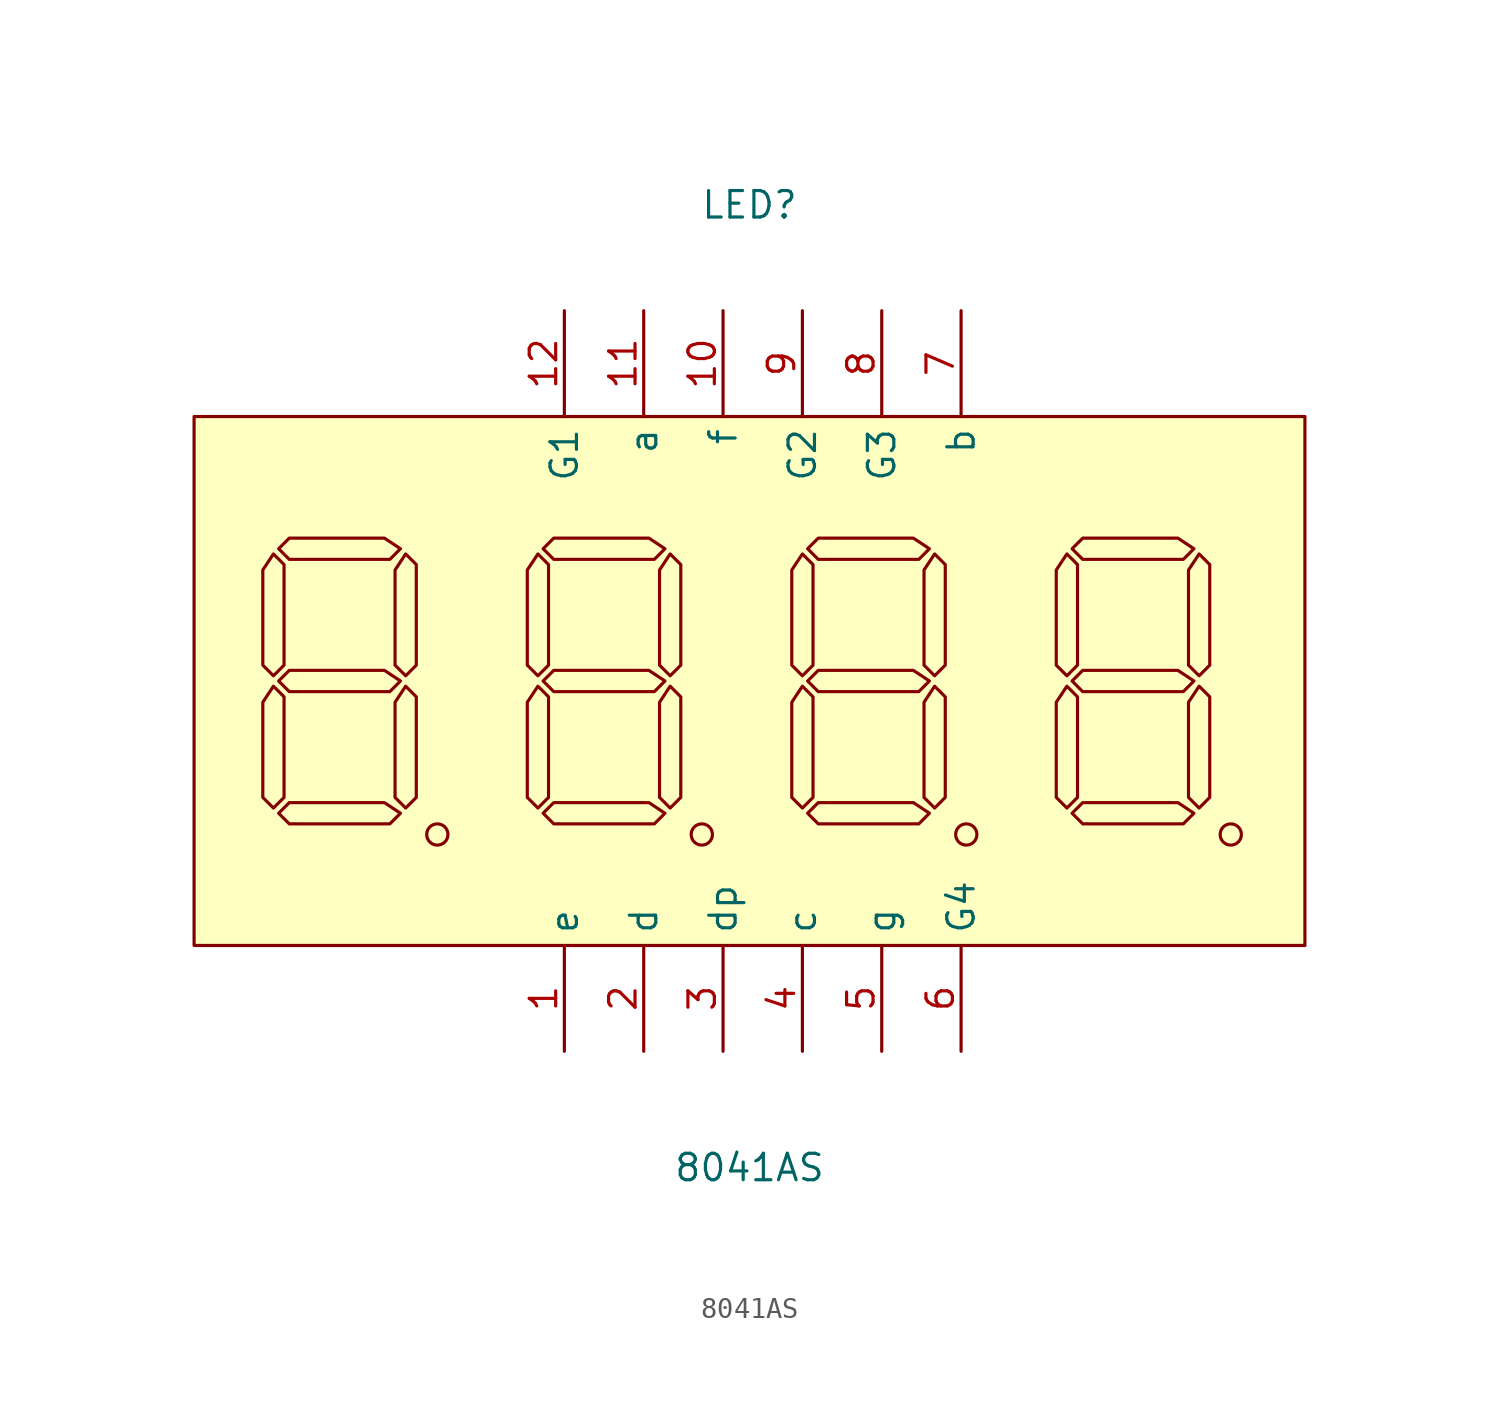
<source format=kicad_sym>
(kicad_symbol_lib
  (version 20241209)
  (generator "kicad_symbol_editor")
  (generator_version "9.0")
  (symbol "8041AS"
    (property "Reference" "LED"
      (at 0 22.86 0)
      (effects (font (size 1.27 1.27))))
    (property "Value" "8041AS"
      (at 0 -23.368 0)
      (effects (font (size 1.27 1.27))))
    (symbol "8041AS_0_1"
      (rectangle (start -26.67 12.7) (end 26.67 -12.7) (stroke (width 0) (type default)) (fill (type background)))
      (polyline (pts (xy -22.86 0.25) (xy -23.37 0.76) (xy -23.37 5.33) (xy -22.86 6.1) (xy -22.35 5.59) (xy -22.35 0.76) (xy -22.86 0.25)) (stroke (width 0) (type default)) (fill (type background)))
      (polyline (pts (xy -22.86 -6.1) (xy -23.37 -5.59) (xy -23.37 -1.02) (xy -22.86 -0.25) (xy -22.35 -0.76) (xy -22.35 -5.59) (xy -22.86 -6.1)) (stroke (width 0) (type default)) (fill (type background)))
      (polyline (pts (xy -22.61 6.35) (xy -22.1 6.86) (xy -17.53 6.86) (xy -16.76 6.35) (xy -17.27 5.84) (xy -22.1 5.84) (xy -22.61 6.35)) (stroke (width 0) (type default)) (fill (type background)))
      (polyline (pts (xy -22.61 0) (xy -22.1 0.51) (xy -17.53 0.51) (xy -16.76 0) (xy -17.27 -0.51) (xy -22.1 -0.51) (xy -22.61 0)) (stroke (width 0) (type default)) (fill (type background)))
      (polyline (pts (xy -22.61 -6.35) (xy -22.1 -5.84) (xy -17.53 -5.84) (xy -16.76 -6.35) (xy -17.27 -6.86) (xy -22.1 -6.86) (xy -22.61 -6.35)) (stroke (width 0) (type default)) (fill (type background)))
      (polyline (pts (xy -16.51 0.25) (xy -17.02 0.76) (xy -17.02 5.33) (xy -16.51 6.1) (xy -16 5.59) (xy -16 0.76) (xy -16.51 0.25)) (stroke (width 0) (type default)) (fill (type background)))
      (polyline (pts (xy -16.51 -6.1) (xy -17.02 -5.59) (xy -17.02 -1.02) (xy -16.51 -0.25) (xy -16 -0.76) (xy -16 -5.59) (xy -16.51 -6.1)) (stroke (width 0) (type default)) (fill (type background)))
      (circle (center -14.99 -7.37) (radius 0.51) (stroke (width 0) (type default)) (fill (type none)))
      (polyline (pts (xy -10.16 0.25) (xy -10.67 0.76) (xy -10.67 5.33) (xy -10.16 6.1) (xy -9.65 5.59) (xy -9.65 0.76) (xy -10.16 0.25)) (stroke (width 0) (type default)) (fill (type background)))
      (polyline (pts (xy -10.16 -6.1) (xy -10.67 -5.59) (xy -10.67 -1.02) (xy -10.16 -0.25) (xy -9.65 -0.76) (xy -9.65 -5.59) (xy -10.16 -6.1)) (stroke (width 0) (type default)) (fill (type background)))
      (polyline (pts (xy -9.91 6.35) (xy -9.4 6.86) (xy -4.83 6.86) (xy -4.06 6.35) (xy -4.57 5.84) (xy -9.4 5.84) (xy -9.91 6.35)) (stroke (width 0) (type default)) (fill (type background)))
      (polyline (pts (xy -9.91 0) (xy -9.4 0.51) (xy -4.83 0.51) (xy -4.06 0) (xy -4.57 -0.51) (xy -9.4 -0.51) (xy -9.91 0)) (stroke (width 0) (type default)) (fill (type background)))
      (polyline (pts (xy -9.91 -6.35) (xy -9.4 -5.84) (xy -4.83 -5.84) (xy -4.06 -6.35) (xy -4.57 -6.86) (xy -9.4 -6.86) (xy -9.91 -6.35)) (stroke (width 0) (type default)) (fill (type background)))
      (polyline (pts (xy -3.81 0.25) (xy -4.32 0.76) (xy -4.32 5.33) (xy -3.81 6.1) (xy -3.3 5.59) (xy -3.3 0.76) (xy -3.81 0.25)) (stroke (width 0) (type default)) (fill (type background)))
      (polyline (pts (xy -3.81 -6.1) (xy -4.32 -5.59) (xy -4.32 -1.02) (xy -3.81 -0.25) (xy -3.3 -0.76) (xy -3.3 -5.59) (xy -3.81 -6.1)) (stroke (width 0) (type default)) (fill (type background)))
      (circle (center -2.29 -7.37) (radius 0.51) (stroke (width 0) (type default)) (fill (type none)))
      (polyline (pts (xy 2.54 0.25) (xy 2.03 0.76) (xy 2.03 5.33) (xy 2.54 6.1) (xy 3.05 5.59) (xy 3.05 0.76) (xy 2.54 0.25)) (stroke (width 0) (type default)) (fill (type background)))
      (polyline (pts (xy 2.54 -6.1) (xy 2.03 -5.59) (xy 2.03 -1.02) (xy 2.54 -0.25) (xy 3.05 -0.76) (xy 3.05 -5.59) (xy 2.54 -6.1)) (stroke (width 0) (type default)) (fill (type background)))
      (polyline (pts (xy 2.79 6.35) (xy 3.3 6.86) (xy 7.87 6.86) (xy 8.64 6.35) (xy 8.13 5.84) (xy 3.3 5.84) (xy 2.79 6.35)) (stroke (width 0) (type default)) (fill (type background)))
      (polyline (pts (xy 2.79 0) (xy 3.3 0.51) (xy 7.87 0.51) (xy 8.64 0) (xy 8.13 -0.51) (xy 3.3 -0.51) (xy 2.79 0)) (stroke (width 0) (type default)) (fill (type background)))
      (polyline (pts (xy 2.79 -6.35) (xy 3.3 -5.84) (xy 7.87 -5.84) (xy 8.64 -6.35) (xy 8.13 -6.86) (xy 3.3 -6.86) (xy 2.79 -6.35)) (stroke (width 0) (type default)) (fill (type background)))
      (polyline (pts (xy 8.89 0.25) (xy 8.38 0.76) (xy 8.38 5.33) (xy 8.89 6.1) (xy 9.4 5.59) (xy 9.4 0.76) (xy 8.89 0.25)) (stroke (width 0) (type default)) (fill (type background)))
      (polyline (pts (xy 8.89 -6.1) (xy 8.38 -5.59) (xy 8.38 -1.02) (xy 8.89 -0.25) (xy 9.4 -0.76) (xy 9.4 -5.59) (xy 8.89 -6.1)) (stroke (width 0) (type default)) (fill (type background)))
      (circle (center 10.41 -7.37) (radius 0.51) (stroke (width 0) (type default)) (fill (type none)))
      (polyline (pts (xy 15.24 0.25) (xy 14.73 0.76) (xy 14.73 5.33) (xy 15.24 6.1) (xy 15.75 5.59) (xy 15.75 0.76) (xy 15.24 0.25)) (stroke (width 0) (type default)) (fill (type background)))
      (polyline (pts (xy 15.24 -6.1) (xy 14.73 -5.59) (xy 14.73 -1.02) (xy 15.24 -0.25) (xy 15.75 -0.76) (xy 15.75 -5.59) (xy 15.24 -6.1)) (stroke (width 0) (type default)) (fill (type background)))
      (polyline (pts (xy 15.49 6.35) (xy 16 6.86) (xy 20.57 6.86) (xy 21.34 6.35) (xy 20.83 5.84) (xy 16 5.84) (xy 15.49 6.35)) (stroke (width 0) (type default)) (fill (type background)))
      (polyline (pts (xy 15.49 0) (xy 16 0.51) (xy 20.57 0.51) (xy 21.34 0) (xy 20.83 -0.51) (xy 16 -0.51) (xy 15.49 0)) (stroke (width 0) (type default)) (fill (type background)))
      (polyline (pts (xy 15.49 -6.35) (xy 16 -5.84) (xy 20.57 -5.84) (xy 21.34 -6.35) (xy 20.83 -6.86) (xy 16 -6.86) (xy 15.49 -6.35)) (stroke (width 0) (type default)) (fill (type background)))
      (polyline (pts (xy 21.59 0.25) (xy 21.08 0.76) (xy 21.08 5.33) (xy 21.59 6.1) (xy 22.1 5.59) (xy 22.1 0.76) (xy 21.59 0.25)) (stroke (width 0) (type default)) (fill (type background)))
      (polyline (pts (xy 21.59 -6.1) (xy 21.08 -5.59) (xy 21.08 -1.02) (xy 21.59 -0.25) (xy 22.1 -0.76) (xy 22.1 -5.59) (xy 21.59 -6.1)) (stroke (width 0) (type default)) (fill (type background)))
      (circle (center 23.11 -7.37) (radius 0.51) (stroke (width 0) (type default)) (fill (type none)))
      (pin input line (at -8.89 17.78 270) (length 5.08) (name "G1" (effects (font (size 1.27 1.27)))) (number "12" (effects (font (size 1.27 1.27)))))
      (pin input line (at -8.89 -17.78 90) (length 5.08) (name "e" (effects (font (size 1.27 1.27)))) (number "1" (effects (font (size 1.27 1.27)))))
      (pin input line (at -5.08 17.78 270) (length 5.08) (name "a" (effects (font (size 1.27 1.27)))) (number "11" (effects (font (size 1.27 1.27)))))
      (pin input line (at -5.08 -17.78 90) (length 5.08) (name "d" (effects (font (size 1.27 1.27)))) (number "2" (effects (font (size 1.27 1.27)))))
      (pin input line (at -1.27 17.78 270) (length 5.08) (name "f" (effects (font (size 1.27 1.27)))) (number "10" (effects (font (size 1.27 1.27)))))
      (pin input line (at -1.27 -17.78 90) (length 5.08) (name "dp" (effects (font (size 1.27 1.27)))) (number "3" (effects (font (size 1.27 1.27)))))
      (pin input line (at 2.54 17.78 270) (length 5.08) (name "G2" (effects (font (size 1.27 1.27)))) (number "9" (effects (font (size 1.27 1.27)))))
      (pin input line (at 2.54 -17.78 90) (length 5.08) (name "c" (effects (font (size 1.27 1.27)))) (number "4" (effects (font (size 1.27 1.27)))))
      (pin input line (at 6.35 17.78 270) (length 5.08) (name "G3" (effects (font (size 1.27 1.27)))) (number "8" (effects (font (size 1.27 1.27)))))
      (pin input line (at 6.35 -17.78 90) (length 5.08) (name "g" (effects (font (size 1.27 1.27)))) (number "5" (effects (font (size 1.27 1.27)))))
      (pin input line (at 10.16 17.78 270) (length 5.08) (name "b" (effects (font (size 1.27 1.27)))) (number "7" (effects (font (size 1.27 1.27)))))
      (pin input line (at 10.16 -17.78 90) (length 5.08) (name "G4" (effects (font (size 1.27 1.27)))) (number "6" (effects (font (size 1.27 1.27))))))))
</source>
